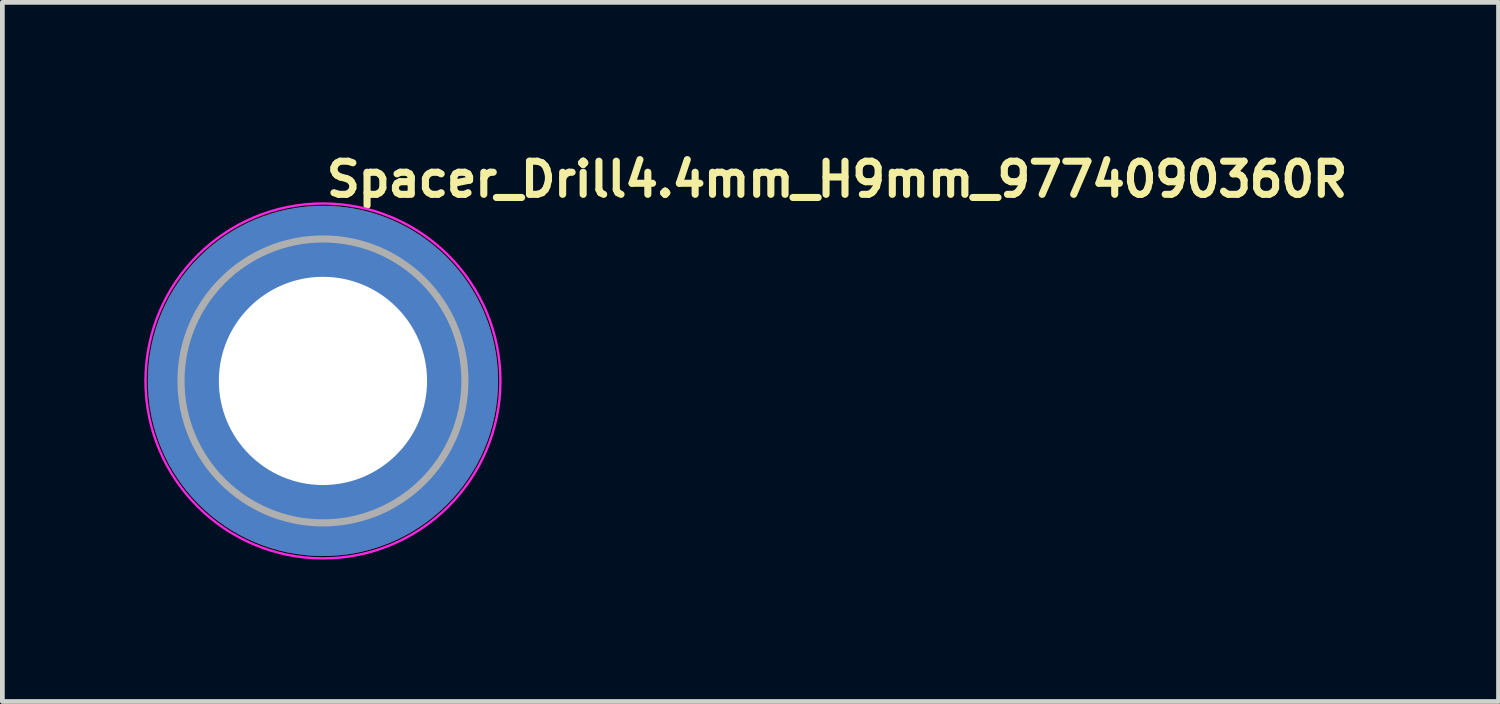
<source format=kicad_pcb>
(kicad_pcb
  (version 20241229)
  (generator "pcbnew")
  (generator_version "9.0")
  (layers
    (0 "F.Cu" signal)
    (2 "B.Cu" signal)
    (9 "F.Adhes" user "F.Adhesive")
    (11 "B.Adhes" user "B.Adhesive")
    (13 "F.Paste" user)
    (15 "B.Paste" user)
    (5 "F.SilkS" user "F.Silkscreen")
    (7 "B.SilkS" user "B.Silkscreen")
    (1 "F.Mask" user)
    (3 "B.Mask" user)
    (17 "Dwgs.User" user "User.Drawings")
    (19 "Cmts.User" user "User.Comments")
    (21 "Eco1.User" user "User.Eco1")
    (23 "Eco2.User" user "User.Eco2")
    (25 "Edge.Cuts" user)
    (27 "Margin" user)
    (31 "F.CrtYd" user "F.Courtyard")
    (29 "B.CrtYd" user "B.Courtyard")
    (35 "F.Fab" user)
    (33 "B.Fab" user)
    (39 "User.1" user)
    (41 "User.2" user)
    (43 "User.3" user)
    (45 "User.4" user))
  (footprint "Spacer_Drill4.4mm_H9mm_9774090360R"
    (layer "F.Cu")
    (at 3.775 5)
    (property "Reference" "Spacer_Drill4.4mm_H9mm_9774090360R" (at 0 -3.85 0) (layer "F.SilkS") (effects (font (size 0.7 0.7) (thickness 0.15)) (justify left bottom)))
    (attr smd)
    (fp_circle (center 0 0) (end 3.75 0) (stroke (width 0.05) (type solid)) (fill no) (layer "F.CrtYd"))
    (fp_circle (center 0 0) (end 3 0) (stroke (width 0.15) (type solid)) (fill no) (layer "F.Fab"))
    (fp_circle (center 0 0) (end 1.2 0) (stroke (width 0.02) (type default)) (fill no) (layer "User.9"))
    (fp_circle (center 0 0) (end 3 0) (stroke (width 0.02) (type default)) (fill no) (layer "User.9"))
    (pad "" smd custom (at -2.1 -2.1) (size 0.7 0.7) (layers "F.Paste") (options (anchor circle)) (primitives (gr_arc (start -0.377294 1.707681) (mid 0.317578 0.318818) (end 1.705945 -0.377044) (width 0.2)) (gr_arc (start -0.478281 1.707681) (mid 0.244583 0.250396) (end 1.699539 -0.477144) (width 0.2)) (gr_arc (start -0.579192 1.707681) (mid 0.173852 0.179706) (end 1.699475 -0.57809) (width 0.2)) (gr_arc (start -0.680037 1.707681) (mid 0.102165 0.109975) (end 1.696729 -0.678615) (width 0.2)) (gr_arc (start -0.780822 1.707681) (mid 0.031098 0.039621) (end 1.695722 -0.779322) (width 0.2)) (gr_arc (start -0.881554 1.707681) (mid -0.041167 -0.029528) (end 1.691343 -0.879562) (width 0.2)) (gr_arc (start -0.982237 1.707681) (mid -0.109168 -0.10296) (end 1.69896 -0.98122) (width 0.2)) (gr_arc (start -1.082877 1.707681) (mid -0.184209 -0.16932) (end 1.686763 -1.080475) (width 0.2)) (gr_arc (start -1.183476 1.707681) (mid -0.252982 -0.241979) (end 1.692214 -1.181768) (width 0.2)) (gr_arc (start -1.28404 1.707681) (mid -0.319065 -0.317332) (end 1.705244 -1.283783) (width 0.2)) (gr_line (start 1.708 -0.377) (end 1.708 -1.284) (width 0.2)) (gr_line (start -0.377 1.708) (end -1.284 1.708) (width 0.2))))
    (pad "" smd custom (at -2.1 2.1) (size 0.7 0.7) (layers "F.Paste") (options (anchor circle)) (primitives (gr_arc (start 1.707681 0.377294) (mid 0.318818 -0.317578) (end -0.377044 -1.705945) (width 0.2)) (gr_arc (start 1.707681 0.478281) (mid 0.250396 -0.244583) (end -0.477144 -1.699539) (width 0.2)) (gr_arc (start 1.707681 0.579192) (mid 0.179706 -0.173852) (end -0.57809 -1.699475) (width 0.2)) (gr_arc (start 1.707681 0.680037) (mid 0.109975 -0.102165) (end -0.678615 -1.696729) (width 0.2)) (gr_arc (start 1.707681 0.780822) (mid 0.039621 -0.031098) (end -0.779322 -1.695722) (width 0.2)) (gr_arc (start 1.707681 0.881554) (mid -0.029528 0.041167) (end -0.879562 -1.691343) (width 0.2)) (gr_arc (start 1.707681 0.982237) (mid -0.10485 0.107282) (end -0.981842 -1.704264) (width 0.2)) (gr_arc (start 1.707681 1.082877) (mid -0.169319 0.18421) (end -1.080475 -1.686759) (width 0.2)) (gr_arc (start 1.707681 1.183476) (mid -0.241979 0.252982) (end -1.181768 -1.692214) (width 0.2)) (gr_arc (start 1.707681 1.28404) (mid -0.315258 0.321134) (end -1.283164 -1.699417) (width 0.2)) (gr_line (start -0.377 -1.708) (end -1.284 -1.708) (width 0.2)) (gr_line (start 1.708 0.377) (end 1.708 1.284) (width 0.2))))
    (pad "" smd custom (at 2.1 -2.1) (size 0.7 0.7) (layers "F.Paste") (options (anchor circle)) (primitives (gr_arc (start -1.707681 -0.377294) (mid -0.318817 0.317579) (end 0.377044 1.705947) (width 0.2)) (gr_arc (start -1.707681 -0.478281) (mid -0.248815 0.24616) (end 0.477764 1.703961) (width 0.2)) (gr_arc (start -1.707681 -0.579192) (mid -0.182997 0.170578) (end 0.576824 1.690278) (width 0.2)) (gr_arc (start -1.707681 -0.680037) (mid -0.113388 0.098771) (end 0.67734 1.687185) (width 0.2)) (gr_arc (start -1.707681 -0.780822) (mid -0.039621 0.031098) (end 0.779322 1.695722) (width 0.2)) (gr_arc (start -1.707681 -0.881554) (mid 0.031359 -0.039345) (end 0.880198 1.696469) (width 0.2)) (gr_arc (start -1.707681 -0.982237) (mid 0.101068 -0.111053) (end 0.98059 1.693657) (width 0.2)) (gr_arc (start -1.707681 -1.082877) (mid 0.16932 -0.184209) (end 1.080475 1.686763) (width 0.2)) (gr_arc (start -1.707681 -1.183476) (mid 0.243995 -0.250974) (end 1.182402 1.69787) (width 0.2)) (gr_arc (start -1.707681 -1.28404) (mid 0.315257 -0.321134) (end 1.283162 1.699417) (width 0.2)) (gr_line (start 0.377 1.708) (end 1.284 1.708) (width 0.2)) (gr_line (start -1.708 -0.377) (end -1.708 -1.284) (width 0.2))))
    (pad "" smd custom (at 2.1 2.1) (size 0.7 0.7) (layers "F.Paste") (options (anchor circle)) (primitives (gr_arc (start 0.377294 -1.707681) (mid -0.317579 -0.318817) (end -1.705947 0.377044) (width 0.2)) (gr_arc (start 0.478281 -1.707681) (mid -0.24616 -0.248815) (end -1.703961 0.477764) (width 0.2)) (gr_arc (start 0.579192 -1.707681) (mid -0.170578 -0.182997) (end -1.690278 0.576824) (width 0.2)) (gr_arc (start 0.680037 -1.707681) (mid -0.098771 -0.113388) (end -1.687185 0.67734) (width 0.2)) (gr_arc (start 0.780822 -1.707681) (mid -0.031098 -0.039621) (end -1.695722 0.779322) (width 0.2)) (gr_arc (start 0.881554 -1.707681) (mid 0.039345 0.031359) (end -1.696469 0.880198) (width 0.2)) (gr_arc (start 0.982237 -1.707681) (mid 0.111053 0.101068) (end -1.693657 0.98059) (width 0.2)) (gr_arc (start 1.082877 -1.707681) (mid 0.184209 0.16932) (end -1.686763 1.080475) (width 0.2)) (gr_arc (start 1.183476 -1.707681) (mid 0.250974 0.243995) (end -1.69787 1.182402) (width 0.2)) (gr_arc (start 1.28404 -1.707681) (mid 0.321134 0.315257) (end -1.699417 1.283162) (width 0.2)) (gr_line (start -1.708 0.377) (end -1.708 1.284) (width 0.2)) (gr_line (start 0.377 -1.708) (end 1.284 -1.708) (width 0.2))))
    (pad "1" thru_hole circle (at 0 0) (size 7.4 7.4) (drill 4.4) (layers "*.Cu" "*.Mask")))
  (gr_rect
    (start -3 -3)
    (end 28.618 11.775)
    (stroke (width 0.1) (type default))
    (fill no)
    (layer "Edge.Cuts")))
</source>
